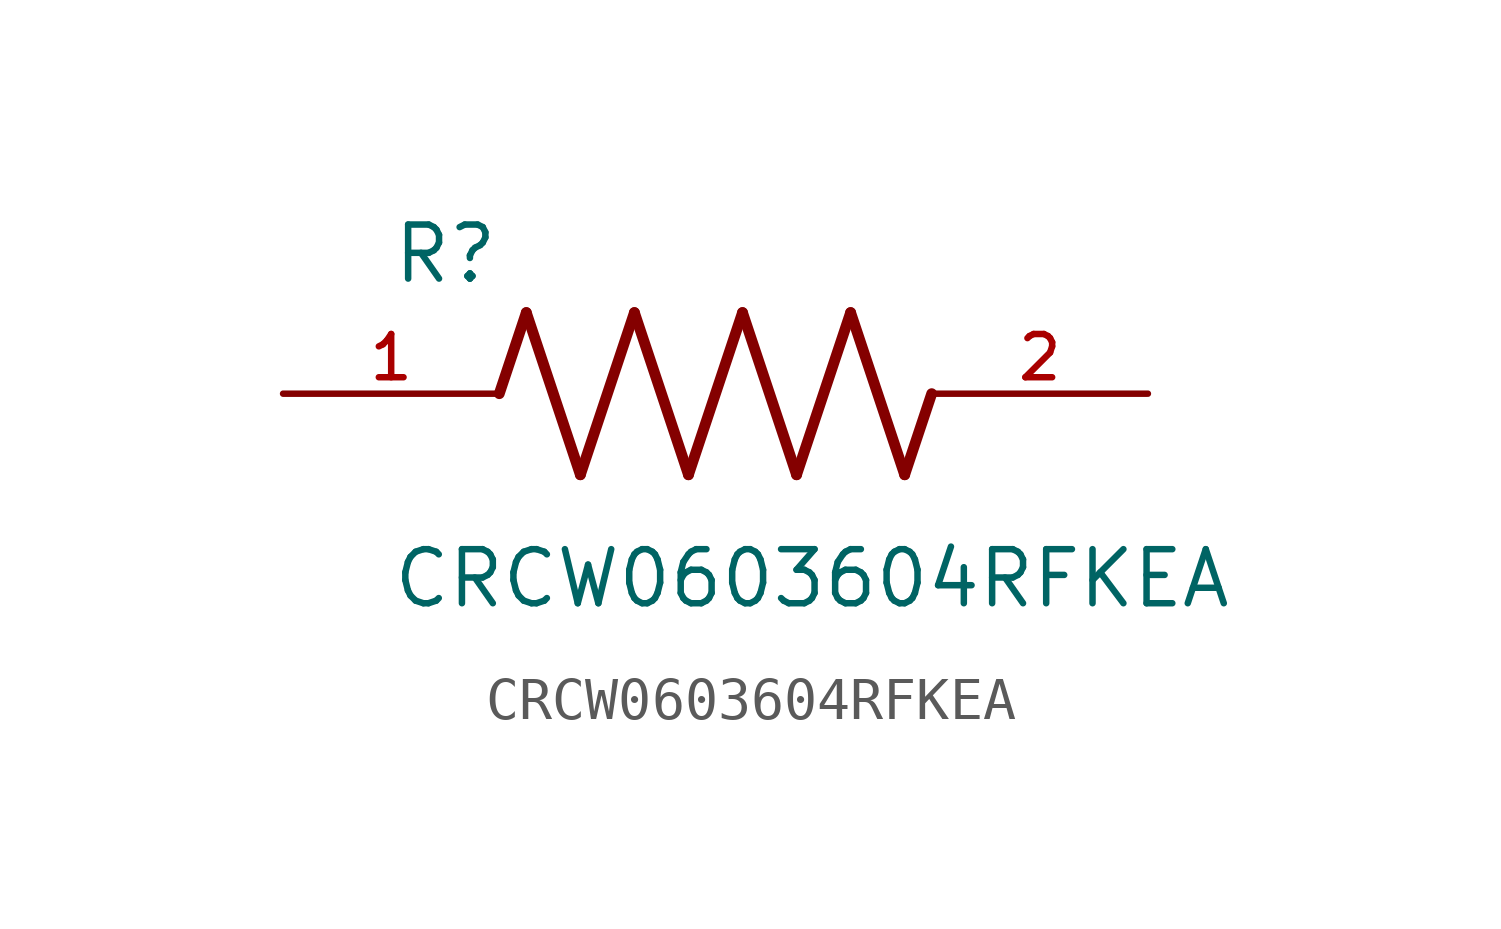
<source format=kicad_sym>
(kicad_symbol_lib
  (version 20211014)
  (generator kicad_symbol_editor)
  (symbol "CRCW0603604RFKEA"
    (pin_names
      (offset 1.016))
    (property "Reference" "R"
      (at -7.624 2.541 0)
      (effects (font (size 1.27 1.27)) (justify bottom left)))
    (property "Value" "CRCW0603604RFKEA"
      (at -7.63 -5.087 0)
      (effects (font (size 1.27 1.27)) (justify bottom left)))
    (symbol "CRCW0603604RFKEA_0_0"
      (polyline (pts (xy -5.08 0.0) (xy -4.445 1.905)) (stroke (width 0.254)))
      (polyline (pts (xy -4.445 1.905) (xy -3.175 -1.905)) (stroke (width 0.254)))
      (polyline (pts (xy -3.175 -1.905) (xy -1.905 1.905)) (stroke (width 0.254)))
      (polyline (pts (xy -1.905 1.905) (xy -0.635 -1.905)) (stroke (width 0.254)))
      (polyline (pts (xy -0.635 -1.905) (xy 0.635 1.905)) (stroke (width 0.254)))
      (polyline (pts (xy 0.635 1.905) (xy 1.905 -1.905)) (stroke (width 0.254)))
      (polyline (pts (xy 1.905 -1.905) (xy 3.175 1.905)) (stroke (width 0.254)))
      (polyline (pts (xy 3.175 1.905) (xy 4.445 -1.905)) (stroke (width 0.254)))
      (polyline (pts (xy 4.445 -1.905) (xy 5.08 0.0)) (stroke (width 0.254)))
      (pin passive line (at -10.16 0.0 0) (length 5.08) (name "~" (effects (font (size 1.016 1.016)))) (number "1" (effects (font (size 1.016 1.016)))))
      (pin passive line (at 10.16 0.0 180.0) (length 5.08) (name "~" (effects (font (size 1.016 1.016)))) (number "2" (effects (font (size 1.016 1.016))))))))
</source>
